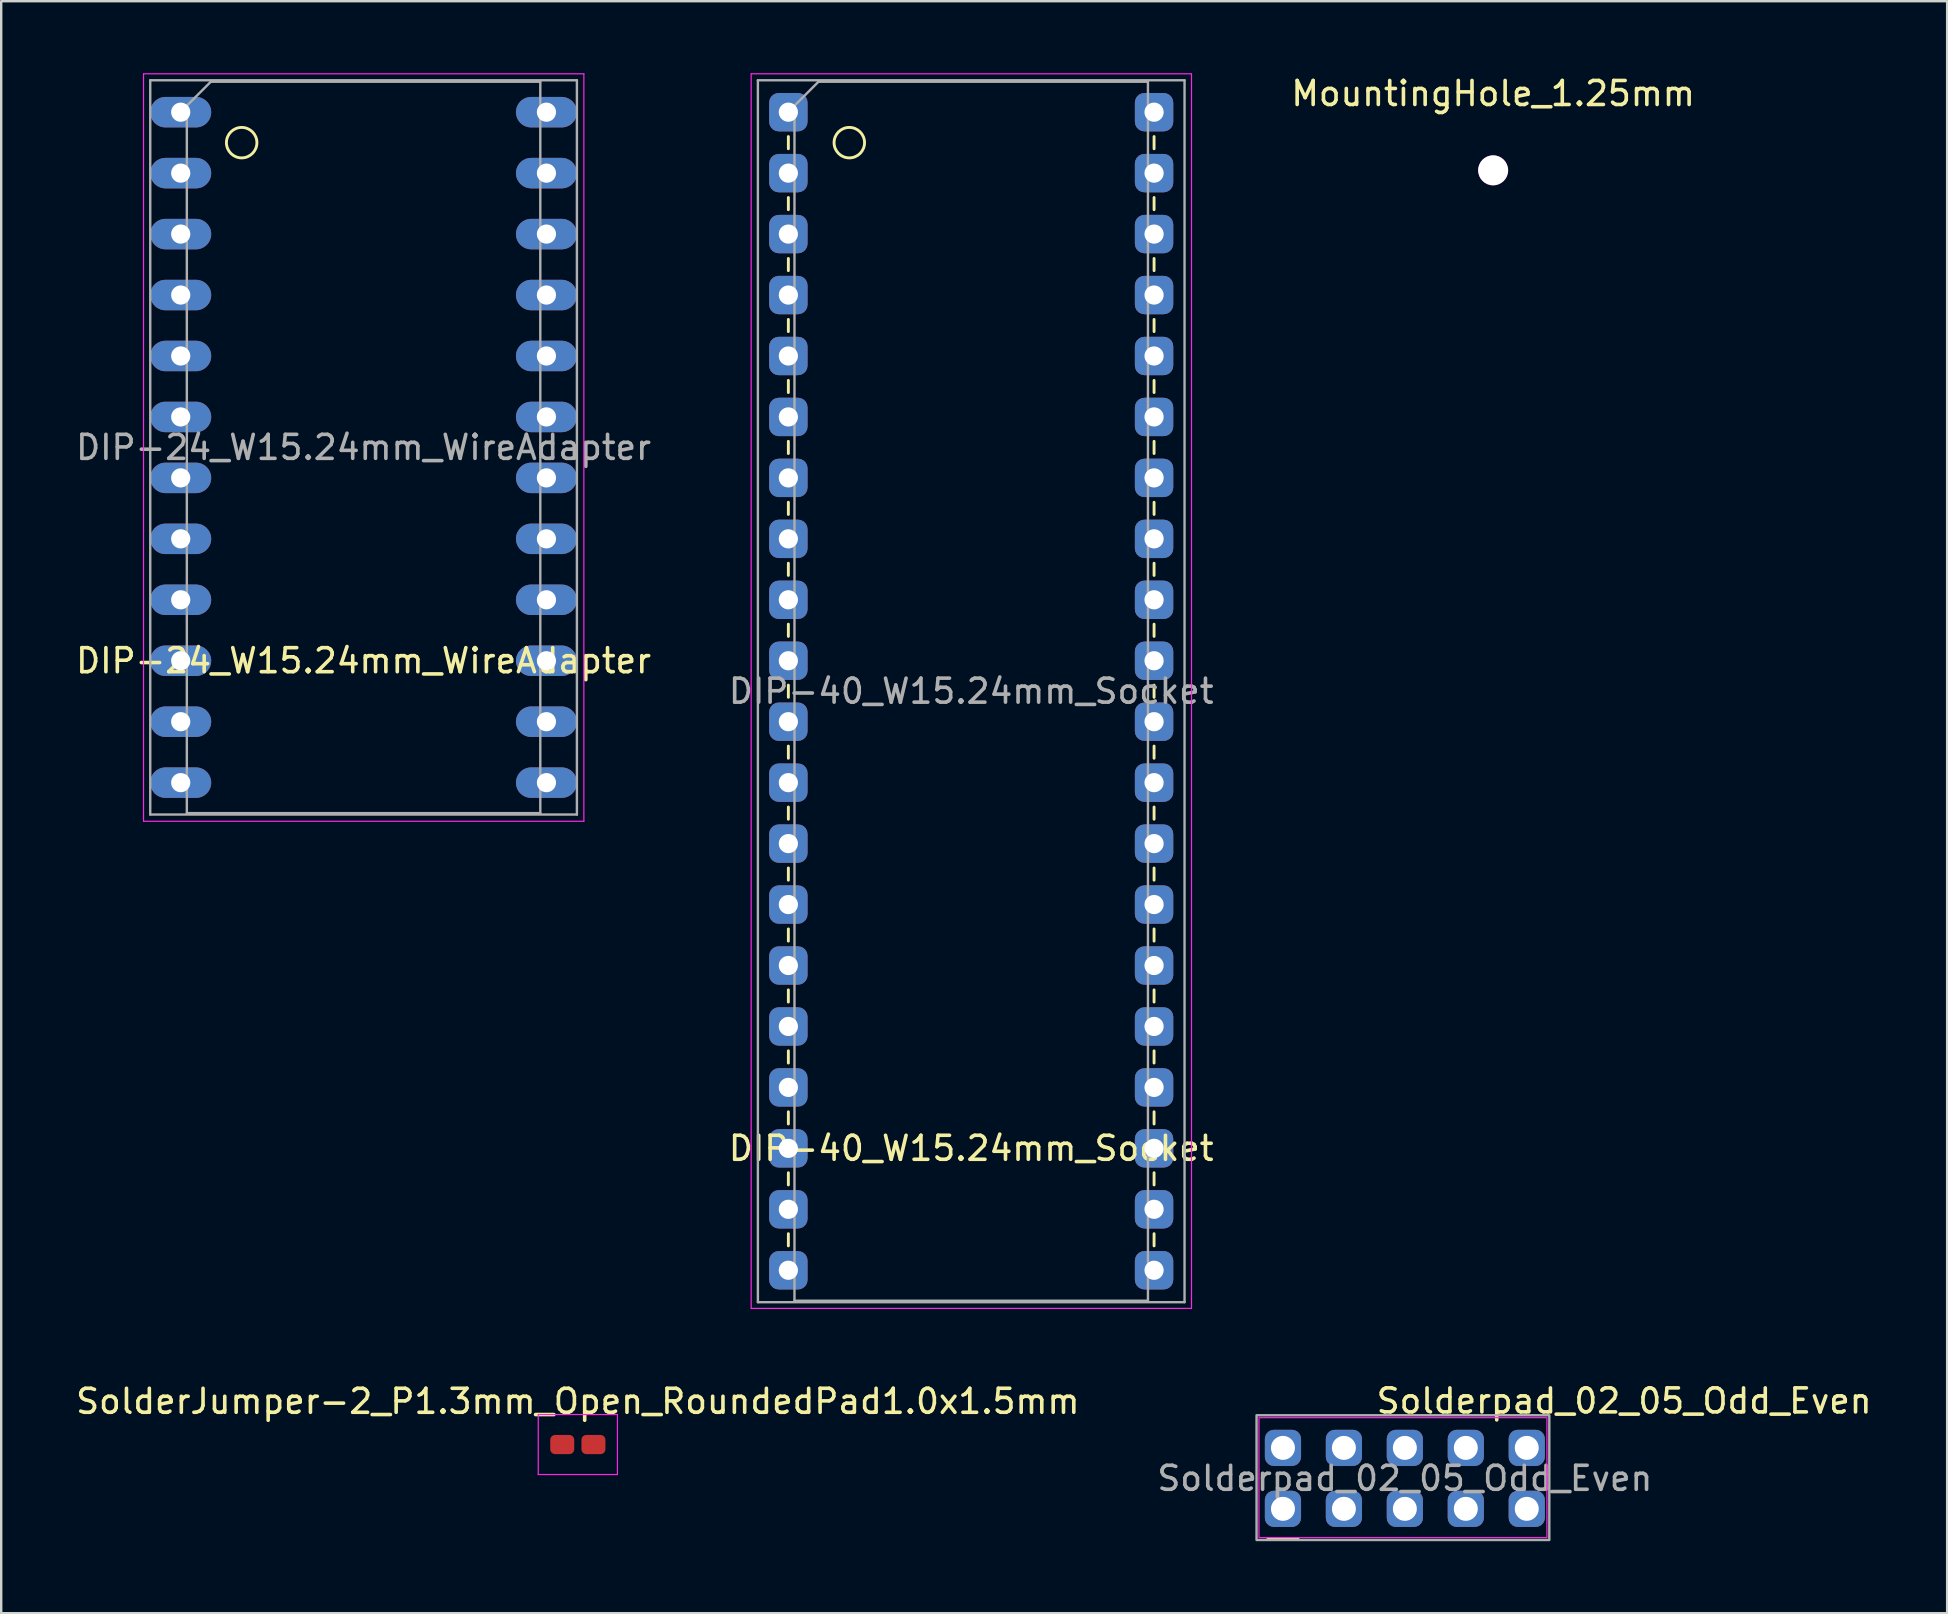
<source format=kicad_pcb>
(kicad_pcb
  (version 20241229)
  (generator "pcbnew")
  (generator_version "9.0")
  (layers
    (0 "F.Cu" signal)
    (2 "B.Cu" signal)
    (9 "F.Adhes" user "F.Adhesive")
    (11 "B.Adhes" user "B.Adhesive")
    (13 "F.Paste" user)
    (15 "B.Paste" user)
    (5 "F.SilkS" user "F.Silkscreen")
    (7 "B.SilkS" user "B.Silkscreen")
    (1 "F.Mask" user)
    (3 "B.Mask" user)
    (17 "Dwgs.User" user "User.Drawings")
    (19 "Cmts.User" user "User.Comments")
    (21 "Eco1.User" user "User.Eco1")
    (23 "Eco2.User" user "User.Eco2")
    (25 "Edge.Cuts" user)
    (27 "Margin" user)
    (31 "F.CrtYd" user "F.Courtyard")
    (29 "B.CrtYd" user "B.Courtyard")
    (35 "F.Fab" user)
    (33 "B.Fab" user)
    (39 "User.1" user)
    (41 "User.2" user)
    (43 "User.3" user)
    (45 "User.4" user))
  (footprint "SolderJumper-2_P1.3mm_Open_RoundedPad1.0x1.5mm"
    (layer "F.Cu")
    (at 21.03 57.148)
    (property "Reference" "SolderJumper-2_P1.3mm_Open_RoundedPad1.0x1.5mm" (at 0 -1.8 0) (layer "F.SilkS") (effects (font (size 1 1) (thickness 0.15))))
    (attr exclude_from_pos_files)
    (fp_line (start -1.65 -1.25) (end -1.65 1.25) (stroke (width 0.05) (type solid)) (layer "F.CrtYd"))
    (fp_line (start -1.65 -1.25) (end 1.65 -1.25) (stroke (width 0.05) (type solid)) (layer "F.CrtYd"))
    (fp_line (start 1.65 1.25) (end -1.65 1.25) (stroke (width 0.05) (type solid)) (layer "F.CrtYd"))
    (fp_line (start 1.65 1.25) (end 1.65 -1.25) (stroke (width 0.05) (type solid)) (layer "F.CrtYd"))
    (pad "1" smd roundrect (at -0.65 0) (size 1 0.8) (layers "F.Cu" "F.Mask") (roundrect_rratio 0.25))
    (pad "2" smd roundrect (at 0.65 0) (size 1 0.8) (layers "F.Cu" "F.Mask") (roundrect_rratio 0.25)))
  (footprint "Solderpad_02_05_Odd_Even"
    (layer "F.Cu")
    (at 50.414 59.827)
    (property "Reference" "Solderpad_02_05_Odd_Even" (at 3.81 -5.08 180) (layer "F.SilkS") (effects (font (size 1 1) (thickness 0.15)) (justify left top)))
    (attr through_hole)
    (fp_line (start -0.635 1.27) (end 0.635 1.27) (stroke (width 0.12) (type solid)) (layer "F.SilkS"))
    (fp_rect (start -1 -3.8) (end 11 1.2) (stroke (width 0.05) (type solid)) (fill no) (layer "F.CrtYd"))
    (fp_rect (start -1.1 -3.9) (end 11.1 1.3) (stroke (width 0.1) (type solid)) (fill no) (layer "F.Fab"))
    (fp_text user "${REFERENCE}" (at 5.08 -1.27 0) (layer "F.Fab") (effects (font (size 1 1) (thickness 0.15))))
    (pad "1" thru_hole roundrect (at 0 0) (size 1.508 1.508) (drill 1) (layers "*.Cu" "*.Mask") (roundrect_rratio 0.25))
    (pad "2" thru_hole roundrect (at 0 -2.54) (size 1.508 1.508) (drill 1) (layers "*.Cu" "*.Mask") (roundrect_rratio 0.25))
    (pad "3" thru_hole roundrect (at 2.54 0) (size 1.508 1.508) (drill 1) (layers "*.Cu" "*.Mask") (roundrect_rratio 0.25))
    (pad "4" thru_hole roundrect (at 2.54 -2.54) (size 1.508 1.508) (drill 1) (layers "*.Cu" "*.Mask") (roundrect_rratio 0.25))
    (pad "5" thru_hole roundrect (at 5.08 0) (size 1.508 1.508) (drill 1) (layers "*.Cu" "*.Mask") (roundrect_rratio 0.25))
    (pad "6" thru_hole roundrect (at 5.08 -2.54) (size 1.508 1.508) (drill 1) (layers "*.Cu" "*.Mask") (roundrect_rratio 0.25))
    (pad "7" thru_hole roundrect (at 7.62 0) (size 1.508 1.508) (drill 1) (layers "*.Cu" "*.Mask") (roundrect_rratio 0.25))
    (pad "8" thru_hole roundrect (at 7.62 -2.54) (size 1.508 1.508) (drill 1) (layers "*.Cu" "*.Mask") (roundrect_rratio 0.25))
    (pad "9" thru_hole roundrect (at 10.16 0) (size 1.508 1.508) (drill 1) (layers "*.Cu" "*.Mask") (roundrect_rratio 0.25))
    (pad "10" thru_hole roundrect (at 10.16 -2.54) (size 1.508 1.508) (drill 1) (layers "*.Cu" "*.Mask") (roundrect_rratio 0.25)))
  (footprint "DIP-40_W15.24mm_Socket"
    (layer "F.Cu")
    (at 29.803 1.625)
    (property "Reference" "DIP-40_W15.24mm_Socket" (at 7.62 43.18 0) (layer "F.SilkS") (effects (font (size 1 1) (thickness 0.15))))
    (attr through_hole)
    (fp_line (start 0 1.016) (end 0 1.524) (stroke (width 0.12) (type solid)) (layer "F.SilkS"))
    (fp_line (start 0 3.556) (end 0 4.064) (stroke (width 0.12) (type solid)) (layer "F.SilkS"))
    (fp_line (start 0 6.096) (end 0 6.604) (stroke (width 0.12) (type solid)) (layer "F.SilkS"))
    (fp_line (start 0 8.636) (end 0 9.144) (stroke (width 0.12) (type solid)) (layer "F.SilkS"))
    (fp_line (start 0 11.176) (end 0 11.684) (stroke (width 0.12) (type solid)) (layer "F.SilkS"))
    (fp_line (start 0 13.716) (end 0 14.224) (stroke (width 0.12) (type solid)) (layer "F.SilkS"))
    (fp_line (start 0 16.256) (end 0 16.764) (stroke (width 0.12) (type solid)) (layer "F.SilkS"))
    (fp_line (start 0 18.796) (end 0 19.304) (stroke (width 0.12) (type solid)) (layer "F.SilkS"))
    (fp_line (start 0 21.336) (end 0 21.844) (stroke (width 0.12) (type solid)) (layer "F.SilkS"))
    (fp_line (start 0 23.876) (end 0 24.384) (stroke (width 0.12) (type solid)) (layer "F.SilkS"))
    (fp_line (start 0 26.416) (end 0 26.924) (stroke (width 0.12) (type solid)) (layer "F.SilkS"))
    (fp_line (start 0 28.956) (end 0 29.464) (stroke (width 0.12) (type solid)) (layer "F.SilkS"))
    (fp_line (start 0 31.496) (end 0 32.004) (stroke (width 0.12) (type solid)) (layer "F.SilkS"))
    (fp_line (start 0 34.036) (end 0 34.544) (stroke (width 0.12) (type solid)) (layer "F.SilkS"))
    (fp_line (start 0 36.576) (end 0 37.084) (stroke (width 0.12) (type solid)) (layer "F.SilkS"))
    (fp_line (start 0 39.116) (end 0 39.624) (stroke (width 0.12) (type solid)) (layer "F.SilkS"))
    (fp_line (start 0 41.656) (end 0 42.164) (stroke (width 0.12) (type solid)) (layer "F.SilkS"))
    (fp_line (start 0 44.196) (end 0 44.704) (stroke (width 0.12) (type solid)) (layer "F.SilkS"))
    (fp_line (start 0 46.736) (end 0 47.244) (stroke (width 0.12) (type solid)) (layer "F.SilkS"))
    (fp_line (start 15.24 1.016) (end 15.24 1.524) (stroke (width 0.12) (type solid)) (layer "F.SilkS"))
    (fp_line (start 15.24 3.556) (end 15.24 4.064) (stroke (width 0.12) (type solid)) (layer "F.SilkS"))
    (fp_line (start 15.24 6.096) (end 15.24 6.604) (stroke (width 0.12) (type solid)) (layer "F.SilkS"))
    (fp_line (start 15.24 8.636) (end 15.24 9.144) (stroke (width 0.12) (type solid)) (layer "F.SilkS"))
    (fp_line (start 15.24 11.176) (end 15.24 11.684) (stroke (width 0.12) (type solid)) (layer "F.SilkS"))
    (fp_line (start 15.24 13.716) (end 15.24 14.224) (stroke (width 0.12) (type solid)) (layer "F.SilkS"))
    (fp_line (start 15.24 16.256) (end 15.24 16.764) (stroke (width 0.12) (type solid)) (layer "F.SilkS"))
    (fp_line (start 15.24 18.796) (end 15.24 19.304) (stroke (width 0.12) (type solid)) (layer "F.SilkS"))
    (fp_line (start 15.24 21.336) (end 15.24 21.844) (stroke (width 0.12) (type solid)) (layer "F.SilkS"))
    (fp_line (start 15.24 23.876) (end 15.24 24.384) (stroke (width 0.12) (type solid)) (layer "F.SilkS"))
    (fp_line (start 15.24 26.416) (end 15.24 26.924) (stroke (width 0.12) (type solid)) (layer "F.SilkS"))
    (fp_line (start 15.24 28.956) (end 15.24 29.464) (stroke (width 0.12) (type solid)) (layer "F.SilkS"))
    (fp_line (start 15.24 31.496) (end 15.24 32.004) (stroke (width 0.12) (type solid)) (layer "F.SilkS"))
    (fp_line (start 15.24 34.036) (end 15.24 34.544) (stroke (width 0.12) (type solid)) (layer "F.SilkS"))
    (fp_line (start 15.24 36.576) (end 15.24 37.084) (stroke (width 0.12) (type solid)) (layer "F.SilkS"))
    (fp_line (start 15.24 39.116) (end 15.24 39.624) (stroke (width 0.12) (type solid)) (layer "F.SilkS"))
    (fp_line (start 15.24 41.656) (end 15.24 42.164) (stroke (width 0.12) (type solid)) (layer "F.SilkS"))
    (fp_line (start 15.24 44.196) (end 15.24 44.704) (stroke (width 0.12) (type solid)) (layer "F.SilkS"))
    (fp_line (start 15.24 46.736) (end 15.24 47.244) (stroke (width 0.12) (type solid)) (layer "F.SilkS"))
    (fp_circle (center 2.54 1.27) (end 3.175 1.27) (stroke (width 0.12) (type solid)) (fill no) (layer "F.SilkS"))
    (fp_line (start -1.55 -1.6) (end -1.55 49.85) (stroke (width 0.05) (type solid)) (layer "F.CrtYd"))
    (fp_line (start -1.55 49.85) (end 16.8 49.85) (stroke (width 0.05) (type solid)) (layer "F.CrtYd"))
    (fp_line (start 16.8 -1.6) (end -1.55 -1.6) (stroke (width 0.05) (type solid)) (layer "F.CrtYd"))
    (fp_line (start 16.8 49.85) (end 16.8 -1.6) (stroke (width 0.05) (type solid)) (layer "F.CrtYd"))
    (fp_line (start -1.27 -1.33) (end -1.27 49.59) (stroke (width 0.1) (type solid)) (layer "F.Fab"))
    (fp_line (start -1.27 49.59) (end 16.51 49.59) (stroke (width 0.1) (type solid)) (layer "F.Fab"))
    (fp_line (start 0.255 -0.27) (end 1.255 -1.27) (stroke (width 0.1) (type solid)) (layer "F.Fab"))
    (fp_line (start 0.255 49.53) (end 0.255 -0.27) (stroke (width 0.1) (type solid)) (layer "F.Fab"))
    (fp_line (start 1.255 -1.27) (end 14.985 -1.27) (stroke (width 0.1) (type solid)) (layer "F.Fab"))
    (fp_line (start 14.985 -1.27) (end 14.985 49.53) (stroke (width 0.1) (type solid)) (layer "F.Fab"))
    (fp_line (start 14.985 49.53) (end 0.255 49.53) (stroke (width 0.1) (type solid)) (layer "F.Fab"))
    (fp_line (start 16.51 -1.33) (end -1.27 -1.33) (stroke (width 0.1) (type solid)) (layer "F.Fab"))
    (fp_line (start 16.51 49.59) (end 16.51 -1.33) (stroke (width 0.1) (type solid)) (layer "F.Fab"))
    (fp_text user "${REFERENCE}" (at 7.62 24.13 0) (layer "F.Fab") (effects (font (size 1 1) (thickness 0.15))))
    (pad "1" thru_hole roundrect (at 0 0) (size 1.6 1.6) (drill 0.8) (layers "*.Cu" "*.Mask") (roundrect_rratio 0.25))
    (pad "2" thru_hole roundrect (at 0 2.54) (size 1.6 1.6) (drill 0.8) (layers "*.Cu" "*.Mask") (roundrect_rratio 0.25))
    (pad "3" thru_hole roundrect (at 0 5.08) (size 1.6 1.6) (drill 0.8) (layers "*.Cu" "*.Mask") (roundrect_rratio 0.25))
    (pad "4" thru_hole roundrect (at 0 7.62) (size 1.6 1.6) (drill 0.8) (layers "*.Cu" "*.Mask") (roundrect_rratio 0.25))
    (pad "5" thru_hole roundrect (at 0 10.16) (size 1.6 1.6) (drill 0.8) (layers "*.Cu" "*.Mask") (roundrect_rratio 0.25))
    (pad "6" thru_hole roundrect (at 0 12.7) (size 1.6 1.6) (drill 0.8) (layers "*.Cu" "*.Mask") (roundrect_rratio 0.25))
    (pad "7" thru_hole roundrect (at 0 15.24) (size 1.6 1.6) (drill 0.8) (layers "*.Cu" "*.Mask") (roundrect_rratio 0.25))
    (pad "8" thru_hole roundrect (at 0 17.78) (size 1.6 1.6) (drill 0.8) (layers "*.Cu" "*.Mask") (roundrect_rratio 0.25))
    (pad "9" thru_hole roundrect (at 0 20.32) (size 1.6 1.6) (drill 0.8) (layers "*.Cu" "*.Mask") (roundrect_rratio 0.25))
    (pad "10" thru_hole roundrect (at 0 22.86) (size 1.6 1.6) (drill 0.8) (layers "*.Cu" "*.Mask") (roundrect_rratio 0.25))
    (pad "11" thru_hole roundrect (at 0 25.4) (size 1.6 1.6) (drill 0.8) (layers "*.Cu" "*.Mask") (roundrect_rratio 0.25))
    (pad "12" thru_hole roundrect (at 0 27.94) (size 1.6 1.6) (drill 0.8) (layers "*.Cu" "*.Mask") (roundrect_rratio 0.25))
    (pad "13" thru_hole roundrect (at 0 30.48) (size 1.6 1.6) (drill 0.8) (layers "*.Cu" "*.Mask") (roundrect_rratio 0.25))
    (pad "14" thru_hole roundrect (at 0 33.02) (size 1.6 1.6) (drill 0.8) (layers "*.Cu" "*.Mask") (roundrect_rratio 0.25))
    (pad "15" thru_hole roundrect (at 0 35.56) (size 1.6 1.6) (drill 0.8) (layers "*.Cu" "*.Mask") (roundrect_rratio 0.25))
    (pad "16" thru_hole roundrect (at 0 38.1) (size 1.6 1.6) (drill 0.8) (layers "*.Cu" "*.Mask") (roundrect_rratio 0.25))
    (pad "17" thru_hole roundrect (at 0 40.64) (size 1.6 1.6) (drill 0.8) (layers "*.Cu" "*.Mask") (roundrect_rratio 0.25))
    (pad "18" thru_hole roundrect (at 0 43.18) (size 1.6 1.6) (drill 0.8) (layers "*.Cu" "*.Mask") (roundrect_rratio 0.25))
    (pad "19" thru_hole roundrect (at 0 45.72) (size 1.6 1.6) (drill 0.8) (layers "*.Cu" "*.Mask") (roundrect_rratio 0.25))
    (pad "20" thru_hole roundrect (at 0 48.26) (size 1.6 1.6) (drill 0.8) (layers "*.Cu" "*.Mask") (roundrect_rratio 0.25))
    (pad "21" thru_hole roundrect (at 15.24 48.26) (size 1.6 1.6) (drill 0.8) (layers "*.Cu" "*.Mask") (roundrect_rratio 0.25))
    (pad "22" thru_hole roundrect (at 15.24 45.72) (size 1.6 1.6) (drill 0.8) (layers "*.Cu" "*.Mask") (roundrect_rratio 0.25))
    (pad "23" thru_hole roundrect (at 15.24 43.18) (size 1.6 1.6) (drill 0.8) (layers "*.Cu" "*.Mask") (roundrect_rratio 0.25))
    (pad "24" thru_hole roundrect (at 15.24 40.64) (size 1.6 1.6) (drill 0.8) (layers "*.Cu" "*.Mask") (roundrect_rratio 0.25))
    (pad "25" thru_hole roundrect (at 15.24 38.1) (size 1.6 1.6) (drill 0.8) (layers "*.Cu" "*.Mask") (roundrect_rratio 0.25))
    (pad "26" thru_hole roundrect (at 15.24 35.56) (size 1.6 1.6) (drill 0.8) (layers "*.Cu" "*.Mask") (roundrect_rratio 0.25))
    (pad "27" thru_hole roundrect (at 15.24 33.02) (size 1.6 1.6) (drill 0.8) (layers "*.Cu" "*.Mask") (roundrect_rratio 0.25))
    (pad "28" thru_hole roundrect (at 15.24 30.48) (size 1.6 1.6) (drill 0.8) (layers "*.Cu" "*.Mask") (roundrect_rratio 0.25))
    (pad "29" thru_hole roundrect (at 15.24 27.94) (size 1.6 1.6) (drill 0.8) (layers "*.Cu" "*.Mask") (roundrect_rratio 0.25))
    (pad "30" thru_hole roundrect (at 15.24 25.4) (size 1.6 1.6) (drill 0.8) (layers "*.Cu" "*.Mask") (roundrect_rratio 0.25))
    (pad "31" thru_hole roundrect (at 15.24 22.86) (size 1.6 1.6) (drill 0.8) (layers "*.Cu" "*.Mask") (roundrect_rratio 0.25))
    (pad "32" thru_hole roundrect (at 15.24 20.32) (size 1.6 1.6) (drill 0.8) (layers "*.Cu" "*.Mask") (roundrect_rratio 0.25))
    (pad "33" thru_hole roundrect (at 15.24 17.78) (size 1.6 1.6) (drill 0.8) (layers "*.Cu" "*.Mask") (roundrect_rratio 0.25))
    (pad "34" thru_hole roundrect (at 15.24 15.24) (size 1.6 1.6) (drill 0.8) (layers "*.Cu" "*.Mask") (roundrect_rratio 0.25))
    (pad "35" thru_hole roundrect (at 15.24 12.7) (size 1.6 1.6) (drill 0.8) (layers "*.Cu" "*.Mask") (roundrect_rratio 0.25))
    (pad "36" thru_hole roundrect (at 15.24 10.16) (size 1.6 1.6) (drill 0.8) (layers "*.Cu" "*.Mask") (roundrect_rratio 0.25))
    (pad "37" thru_hole roundrect (at 15.24 7.62) (size 1.6 1.6) (drill 0.8) (layers "*.Cu" "*.Mask") (roundrect_rratio 0.25))
    (pad "38" thru_hole roundrect (at 15.24 5.08) (size 1.6 1.6) (drill 0.8) (layers "*.Cu" "*.Mask") (roundrect_rratio 0.25))
    (pad "39" thru_hole roundrect (at 15.24 2.54) (size 1.6 1.6) (drill 0.8) (layers "*.Cu" "*.Mask") (roundrect_rratio 0.25))
    (pad "40" thru_hole roundrect (at 15.24 0) (size 1.6 1.6) (drill 0.8) (layers "*.Cu" "*.Mask") (roundrect_rratio 0.25)))
  (footprint "MountingHole_1.25mm"
    (layer "F.Cu")
    (at 59.173 4.048)
    (property "Reference" "MountingHole_1.25mm" (at 0 -3.2 0) (layer "F.SilkS") (effects (font (size 1 1) (thickness 0.15))))
    (attr board_only exclude_from_pos_files exclude_from_bom)
    (fp_circle (center 0 0) (end 0.5 0) (stroke (width 0.15) (type solid)) (fill no) (layer "Cmts.User"))
    (fp_circle (center 0 0) (end 0.6 0) (stroke (width 0.05) (type solid)) (fill no) (layer "F.CrtYd"))
    (pad "" np_thru_hole circle (at 0 0) (size 1.25 1.25) (drill 1.25) (layers "*.Cu" "*.Mask")))
  (footprint "DIP-24_W15.24mm_WireAdapter"
    (layer "F.Cu")
    (at 4.481 1.625)
    (property "Reference" "DIP-24_W15.24mm_WireAdapter" (at 7.62 22.86 0) (layer "F.SilkS") (effects (font (size 1 1) (thickness 0.15))))
    (attr through_hole)
    (fp_circle (center 2.54 1.27) (end 3.175 1.27) (stroke (width 0.12) (type solid)) (fill no) (layer "F.SilkS"))
    (fp_line (start -1.55 -1.6) (end -1.55 29.55) (stroke (width 0.05) (type solid)) (layer "F.CrtYd"))
    (fp_line (start -1.55 29.55) (end 16.8 29.55) (stroke (width 0.05) (type solid)) (layer "F.CrtYd"))
    (fp_line (start 16.8 -1.6) (end -1.55 -1.6) (stroke (width 0.05) (type solid)) (layer "F.CrtYd"))
    (fp_line (start 16.8 29.55) (end 16.8 -1.6) (stroke (width 0.05) (type solid)) (layer "F.CrtYd"))
    (fp_line (start -1.27 -1.33) (end -1.27 29.27) (stroke (width 0.1) (type solid)) (layer "F.Fab"))
    (fp_line (start -1.27 29.27) (end 16.51 29.27) (stroke (width 0.1) (type solid)) (layer "F.Fab"))
    (fp_line (start 0.255 -0.27) (end 1.255 -1.27) (stroke (width 0.1) (type solid)) (layer "F.Fab"))
    (fp_line (start 0.255 29.21) (end 0.255 -0.27) (stroke (width 0.1) (type solid)) (layer "F.Fab"))
    (fp_line (start 1.255 -1.27) (end 14.985 -1.27) (stroke (width 0.1) (type solid)) (layer "F.Fab"))
    (fp_line (start 14.985 -1.27) (end 14.985 29.21) (stroke (width 0.1) (type solid)) (layer "F.Fab"))
    (fp_line (start 14.985 29.21) (end 0.255 29.21) (stroke (width 0.1) (type solid)) (layer "F.Fab"))
    (fp_line (start 16.51 -1.33) (end -1.27 -1.33) (stroke (width 0.1) (type solid)) (layer "F.Fab"))
    (fp_line (start 16.51 29.27) (end 16.51 -1.33) (stroke (width 0.1) (type solid)) (layer "F.Fab"))
    (fp_text user "${REFERENCE}" (at 7.62 13.97 0) (layer "F.Fab") (effects (font (size 1 1) (thickness 0.15))))
    (pad "1" thru_hole oval (at 0 0) (size 2.54 1.27) (drill 0.8) (layers "*.Cu" "*.Mask"))
    (pad "2" thru_hole oval (at 0 2.54) (size 2.54 1.27) (drill 0.8) (layers "*.Cu" "*.Mask"))
    (pad "3" thru_hole oval (at 0 5.08) (size 2.54 1.27) (drill 0.8) (layers "*.Cu" "*.Mask"))
    (pad "4" thru_hole oval (at 0 7.62) (size 2.54 1.27) (drill 0.8) (layers "*.Cu" "*.Mask"))
    (pad "5" thru_hole oval (at 0 10.16) (size 2.54 1.27) (drill 0.8) (layers "*.Cu" "*.Mask"))
    (pad "6" thru_hole oval (at 0 12.7) (size 2.54 1.27) (drill 0.8) (layers "*.Cu" "*.Mask"))
    (pad "7" thru_hole oval (at 0 15.24) (size 2.54 1.27) (drill 0.8) (layers "*.Cu" "*.Mask"))
    (pad "8" thru_hole oval (at 0 17.78) (size 2.54 1.27) (drill 0.8) (layers "*.Cu" "*.Mask"))
    (pad "9" thru_hole oval (at 0 20.32) (size 2.54 1.27) (drill 0.8) (layers "*.Cu" "*.Mask"))
    (pad "10" thru_hole oval (at 0 22.86) (size 2.54 1.27) (drill 0.8) (layers "*.Cu" "*.Mask"))
    (pad "11" thru_hole oval (at 0 25.4) (size 2.54 1.27) (drill 0.8) (layers "*.Cu" "*.Mask"))
    (pad "12" thru_hole oval (at 0 27.94) (size 2.54 1.27) (drill 0.8) (layers "*.Cu" "*.Mask"))
    (pad "13" thru_hole oval (at 15.24 27.94) (size 2.54 1.27) (drill 0.8) (layers "*.Cu" "*.Mask"))
    (pad "14" thru_hole oval (at 15.24 25.4) (size 2.54 1.27) (drill 0.8) (layers "*.Cu" "*.Mask"))
    (pad "15" thru_hole oval (at 15.24 22.86) (size 2.54 1.27) (drill 0.8) (layers "*.Cu" "*.Mask"))
    (pad "16" thru_hole oval (at 15.24 20.32) (size 2.54 1.27) (drill 0.8) (layers "*.Cu" "*.Mask"))
    (pad "17" thru_hole oval (at 15.24 17.78) (size 2.54 1.27) (drill 0.8) (layers "*.Cu" "*.Mask"))
    (pad "18" thru_hole oval (at 15.24 15.24) (size 2.54 1.27) (drill 0.8) (layers "*.Cu" "*.Mask"))
    (pad "19" thru_hole oval (at 15.24 12.7) (size 2.54 1.27) (drill 0.8) (layers "*.Cu" "*.Mask"))
    (pad "20" thru_hole oval (at 15.24 10.16) (size 2.54 1.27) (drill 0.8) (layers "*.Cu" "*.Mask"))
    (pad "21" thru_hole oval (at 15.24 7.62) (size 2.54 1.27) (drill 0.8) (layers "*.Cu" "*.Mask"))
    (pad "22" thru_hole oval (at 15.24 5.08) (size 2.54 1.27) (drill 0.8) (layers "*.Cu" "*.Mask"))
    (pad "23" thru_hole oval (at 15.24 2.54) (size 2.54 1.27) (drill 0.8) (layers "*.Cu" "*.Mask"))
    (pad "24" thru_hole oval (at 15.24 0) (size 2.54 1.27) (drill 0.8) (layers "*.Cu" "*.Mask")))
  (gr_rect
    (start -3 -3)
    (end 78.093 64.177)
    (stroke (width 0.1) (type default))
    (fill no)
    (layer "Edge.Cuts")))
</source>
